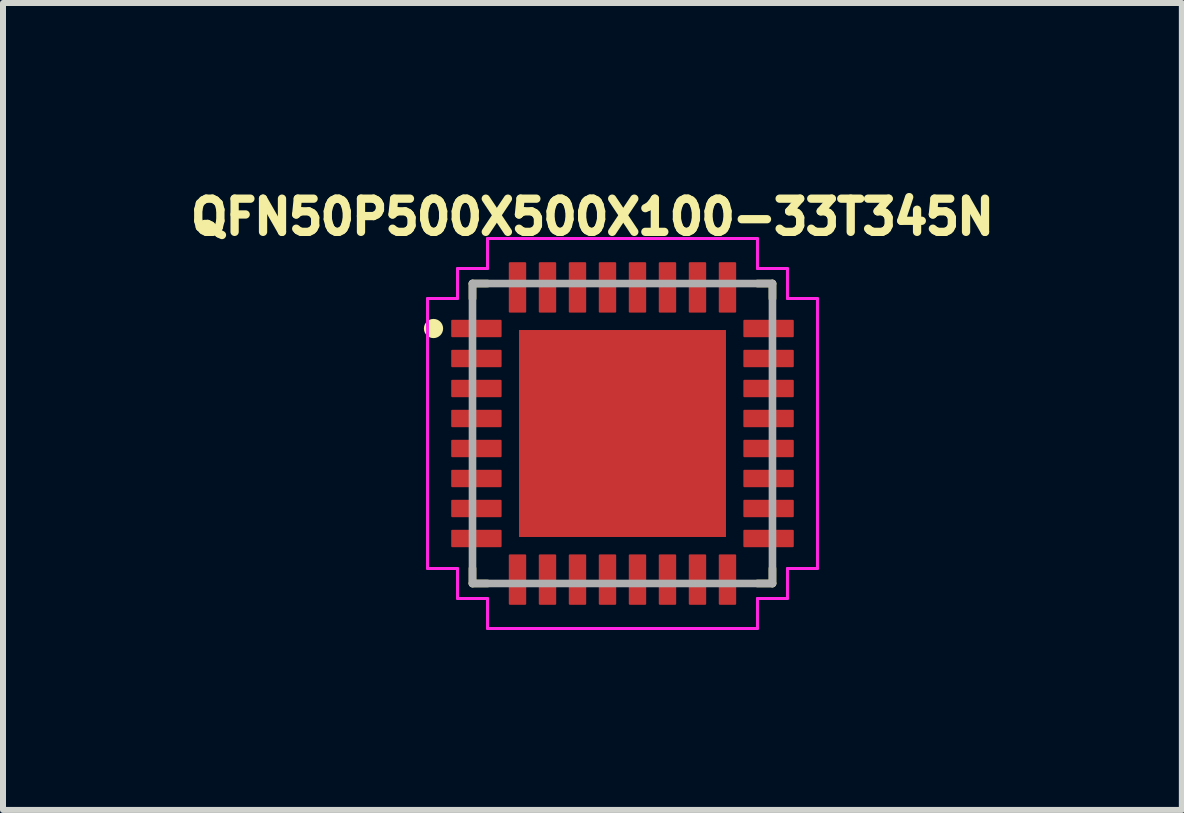
<source format=kicad_pcb>
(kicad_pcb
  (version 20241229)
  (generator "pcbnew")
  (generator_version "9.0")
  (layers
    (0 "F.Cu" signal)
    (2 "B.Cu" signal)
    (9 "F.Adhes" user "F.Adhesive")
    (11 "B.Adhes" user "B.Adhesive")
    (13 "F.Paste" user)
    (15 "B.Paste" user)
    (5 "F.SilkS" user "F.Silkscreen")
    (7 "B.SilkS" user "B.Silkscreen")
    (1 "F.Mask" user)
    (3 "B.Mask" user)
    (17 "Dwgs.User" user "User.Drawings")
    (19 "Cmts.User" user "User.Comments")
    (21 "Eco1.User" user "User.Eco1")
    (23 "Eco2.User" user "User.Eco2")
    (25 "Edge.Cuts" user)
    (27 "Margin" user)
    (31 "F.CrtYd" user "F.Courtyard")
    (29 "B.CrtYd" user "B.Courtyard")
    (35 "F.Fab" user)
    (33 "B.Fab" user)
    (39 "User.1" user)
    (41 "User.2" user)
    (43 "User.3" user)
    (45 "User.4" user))
  (footprint "QFN50P500X500X100-33T345N"
    (layer "F.Cu")
    (at 7.326 4.176)
    (property "Reference" "QFN50P500X500X100-33T345N" (at -0.501 -3.61 0) (layer "F.SilkS") (effects (font (size 0.553 0.553) (thickness 0.15))))
    (attr smd)
    (fp_line (start -2.5 -2.5) (end -2.25 -2.5) (stroke (width 0.127) (type solid)) (layer "F.SilkS"))
    (fp_line (start -2.5 -2.25) (end -2.5 -2.5) (stroke (width 0.127) (type solid)) (layer "F.SilkS"))
    (fp_line (start -2.5 2.25) (end -2.5 2.5) (stroke (width 0.127) (type solid)) (layer "F.SilkS"))
    (fp_line (start -2.5 2.5) (end -2.25 2.5) (stroke (width 0.127) (type solid)) (layer "F.SilkS"))
    (fp_line (start 2.25 -2.5) (end 2.5 -2.5) (stroke (width 0.127) (type solid)) (layer "F.SilkS"))
    (fp_line (start 2.5 -2.5) (end 2.5 -2.25) (stroke (width 0.127) (type solid)) (layer "F.SilkS"))
    (fp_line (start 2.5 2.25) (end 2.5 2.5) (stroke (width 0.127) (type solid)) (layer "F.SilkS"))
    (fp_line (start 2.5 2.5) (end 2.25 2.5) (stroke (width 0.127) (type solid)) (layer "F.SilkS"))
    (fp_circle (center -3.15 -1.75) (end -3.07 -1.75) (stroke (width 0.16) (type solid)) (fill no) (layer "F.SilkS"))
    (fp_poly (pts (xy -1.093 -1.09) (xy 1.09 -1.09) (xy 1.09 1.093) (xy -1.093 1.093)) (stroke (width 0.01) (type solid)) (fill yes) (layer "F.Paste"))
    (fp_line (start -3.25 -2.25) (end -2.75 -2.25) (stroke (width 0.05) (type solid)) (layer "F.CrtYd"))
    (fp_line (start -3.25 2.25) (end -3.25 -2.25) (stroke (width 0.05) (type solid)) (layer "F.CrtYd"))
    (fp_line (start -2.75 -2.75) (end -2.25 -2.75) (stroke (width 0.05) (type solid)) (layer "F.CrtYd"))
    (fp_line (start -2.75 -2.25) (end -2.75 -2.75) (stroke (width 0.05) (type solid)) (layer "F.CrtYd"))
    (fp_line (start -2.75 2.25) (end -3.25 2.25) (stroke (width 0.05) (type solid)) (layer "F.CrtYd"))
    (fp_line (start -2.75 2.75) (end -2.75 2.25) (stroke (width 0.05) (type solid)) (layer "F.CrtYd"))
    (fp_line (start -2.25 -3.25) (end 2.25 -3.25) (stroke (width 0.05) (type solid)) (layer "F.CrtYd"))
    (fp_line (start -2.25 -2.75) (end -2.25 -3.25) (stroke (width 0.05) (type solid)) (layer "F.CrtYd"))
    (fp_line (start -2.25 2.75) (end -2.75 2.75) (stroke (width 0.05) (type solid)) (layer "F.CrtYd"))
    (fp_line (start -2.25 3.25) (end -2.25 2.75) (stroke (width 0.05) (type solid)) (layer "F.CrtYd"))
    (fp_line (start 2.25 -3.25) (end 2.25 -2.75) (stroke (width 0.05) (type solid)) (layer "F.CrtYd"))
    (fp_line (start 2.25 -2.75) (end 2.75 -2.75) (stroke (width 0.05) (type solid)) (layer "F.CrtYd"))
    (fp_line (start 2.25 2.75) (end 2.25 3.25) (stroke (width 0.05) (type solid)) (layer "F.CrtYd"))
    (fp_line (start 2.25 3.25) (end -2.25 3.25) (stroke (width 0.05) (type solid)) (layer "F.CrtYd"))
    (fp_line (start 2.75 -2.75) (end 2.75 -2.25) (stroke (width 0.05) (type solid)) (layer "F.CrtYd"))
    (fp_line (start 2.75 -2.25) (end 3.25 -2.25) (stroke (width 0.05) (type solid)) (layer "F.CrtYd"))
    (fp_line (start 2.75 2.25) (end 2.75 2.75) (stroke (width 0.05) (type solid)) (layer "F.CrtYd"))
    (fp_line (start 2.75 2.75) (end 2.25 2.75) (stroke (width 0.05) (type solid)) (layer "F.CrtYd"))
    (fp_line (start 3.25 -2.25) (end 3.25 2.25) (stroke (width 0.05) (type solid)) (layer "F.CrtYd"))
    (fp_line (start 3.25 2.25) (end 2.75 2.25) (stroke (width 0.05) (type solid)) (layer "F.CrtYd"))
    (fp_line (start -2.5 -2.5) (end 2.5 -2.5) (stroke (width 0.127) (type solid)) (layer "F.Fab"))
    (fp_line (start -2.5 2.5) (end -2.5 -2.5) (stroke (width 0.127) (type solid)) (layer "F.Fab"))
    (fp_line (start 2.5 -2.5) (end 2.5 2.5) (stroke (width 0.127) (type solid)) (layer "F.Fab"))
    (fp_line (start 2.5 2.5) (end -2.5 2.5) (stroke (width 0.127) (type solid)) (layer "F.Fab"))
    (pad "1" smd roundrect (at -2.435 -1.75 270) (size 0.29 0.84) (layers "F.Cu" "F.Mask" "F.Paste") (roundrect_rratio 0.06))
    (pad "2" smd roundrect (at -2.435 -1.25 270) (size 0.29 0.84) (layers "F.Cu" "F.Mask" "F.Paste") (roundrect_rratio 0.06))
    (pad "3" smd roundrect (at -2.435 -0.75 270) (size 0.29 0.84) (layers "F.Cu" "F.Mask" "F.Paste") (roundrect_rratio 0.06))
    (pad "4" smd roundrect (at -2.435 -0.25 270) (size 0.29 0.84) (layers "F.Cu" "F.Mask" "F.Paste") (roundrect_rratio 0.06))
    (pad "5" smd roundrect (at -2.435 0.25 270) (size 0.29 0.84) (layers "F.Cu" "F.Mask" "F.Paste") (roundrect_rratio 0.06))
    (pad "6" smd roundrect (at -2.435 0.75 270) (size 0.29 0.84) (layers "F.Cu" "F.Mask" "F.Paste") (roundrect_rratio 0.06))
    (pad "7" smd roundrect (at -2.435 1.25 270) (size 0.29 0.84) (layers "F.Cu" "F.Mask" "F.Paste") (roundrect_rratio 0.06))
    (pad "8" smd roundrect (at -2.435 1.75 270) (size 0.29 0.84) (layers "F.Cu" "F.Mask" "F.Paste") (roundrect_rratio 0.06))
    (pad "9" smd roundrect (at -1.75 2.435) (size 0.29 0.84) (layers "F.Cu" "F.Mask" "F.Paste") (roundrect_rratio 0.06))
    (pad "10" smd roundrect (at -1.25 2.435) (size 0.29 0.84) (layers "F.Cu" "F.Mask" "F.Paste") (roundrect_rratio 0.06))
    (pad "11" smd roundrect (at -0.75 2.435) (size 0.29 0.84) (layers "F.Cu" "F.Mask" "F.Paste") (roundrect_rratio 0.06))
    (pad "12" smd roundrect (at -0.25 2.435) (size 0.29 0.84) (layers "F.Cu" "F.Mask" "F.Paste") (roundrect_rratio 0.06))
    (pad "13" smd roundrect (at 0.25 2.435) (size 0.29 0.84) (layers "F.Cu" "F.Mask" "F.Paste") (roundrect_rratio 0.06))
    (pad "14" smd roundrect (at 0.75 2.435) (size 0.29 0.84) (layers "F.Cu" "F.Mask" "F.Paste") (roundrect_rratio 0.06))
    (pad "15" smd roundrect (at 1.25 2.435) (size 0.29 0.84) (layers "F.Cu" "F.Mask" "F.Paste") (roundrect_rratio 0.06))
    (pad "16" smd roundrect (at 1.75 2.435) (size 0.29 0.84) (layers "F.Cu" "F.Mask" "F.Paste") (roundrect_rratio 0.06))
    (pad "17" smd roundrect (at 2.435 1.75 90) (size 0.29 0.84) (layers "F.Cu" "F.Mask" "F.Paste") (roundrect_rratio 0.06))
    (pad "18" smd roundrect (at 2.435 1.25 90) (size 0.29 0.84) (layers "F.Cu" "F.Mask" "F.Paste") (roundrect_rratio 0.06))
    (pad "19" smd roundrect (at 2.435 0.75 90) (size 0.29 0.84) (layers "F.Cu" "F.Mask" "F.Paste") (roundrect_rratio 0.06))
    (pad "20" smd roundrect (at 2.435 0.25 90) (size 0.29 0.84) (layers "F.Cu" "F.Mask" "F.Paste") (roundrect_rratio 0.06))
    (pad "21" smd roundrect (at 2.435 -0.25 90) (size 0.29 0.84) (layers "F.Cu" "F.Mask" "F.Paste") (roundrect_rratio 0.06))
    (pad "22" smd roundrect (at 2.435 -0.75 90) (size 0.29 0.84) (layers "F.Cu" "F.Mask" "F.Paste") (roundrect_rratio 0.06))
    (pad "23" smd roundrect (at 2.435 -1.25 90) (size 0.29 0.84) (layers "F.Cu" "F.Mask" "F.Paste") (roundrect_rratio 0.06))
    (pad "24" smd roundrect (at 2.435 -1.75 90) (size 0.29 0.84) (layers "F.Cu" "F.Mask" "F.Paste") (roundrect_rratio 0.06))
    (pad "25" smd roundrect (at 1.75 -2.435 180) (size 0.29 0.84) (layers "F.Cu" "F.Mask" "F.Paste") (roundrect_rratio 0.06))
    (pad "26" smd roundrect (at 1.25 -2.435 180) (size 0.29 0.84) (layers "F.Cu" "F.Mask" "F.Paste") (roundrect_rratio 0.06))
    (pad "27" smd roundrect (at 0.75 -2.435 180) (size 0.29 0.84) (layers "F.Cu" "F.Mask" "F.Paste") (roundrect_rratio 0.06))
    (pad "28" smd roundrect (at 0.25 -2.435 180) (size 0.29 0.84) (layers "F.Cu" "F.Mask" "F.Paste") (roundrect_rratio 0.06))
    (pad "29" smd roundrect (at -0.25 -2.435 180) (size 0.29 0.84) (layers "F.Cu" "F.Mask" "F.Paste") (roundrect_rratio 0.06))
    (pad "30" smd roundrect (at -0.75 -2.435 180) (size 0.29 0.84) (layers "F.Cu" "F.Mask" "F.Paste") (roundrect_rratio 0.06))
    (pad "31" smd roundrect (at -1.25 -2.435 180) (size 0.29 0.84) (layers "F.Cu" "F.Mask" "F.Paste") (roundrect_rratio 0.06))
    (pad "32" smd roundrect (at -1.75 -2.435 180) (size 0.29 0.84) (layers "F.Cu" "F.Mask" "F.Paste") (roundrect_rratio 0.06))
    (pad "33" smd rect (at 0 0 180) (size 3.45 3.45) (layers "F.Cu" "F.Mask")))
  (gr_rect
    (start -3 -3)
    (end 16.65 10.451)
    (stroke (width 0.1) (type default))
    (fill no)
    (layer "Edge.Cuts")))
</source>
